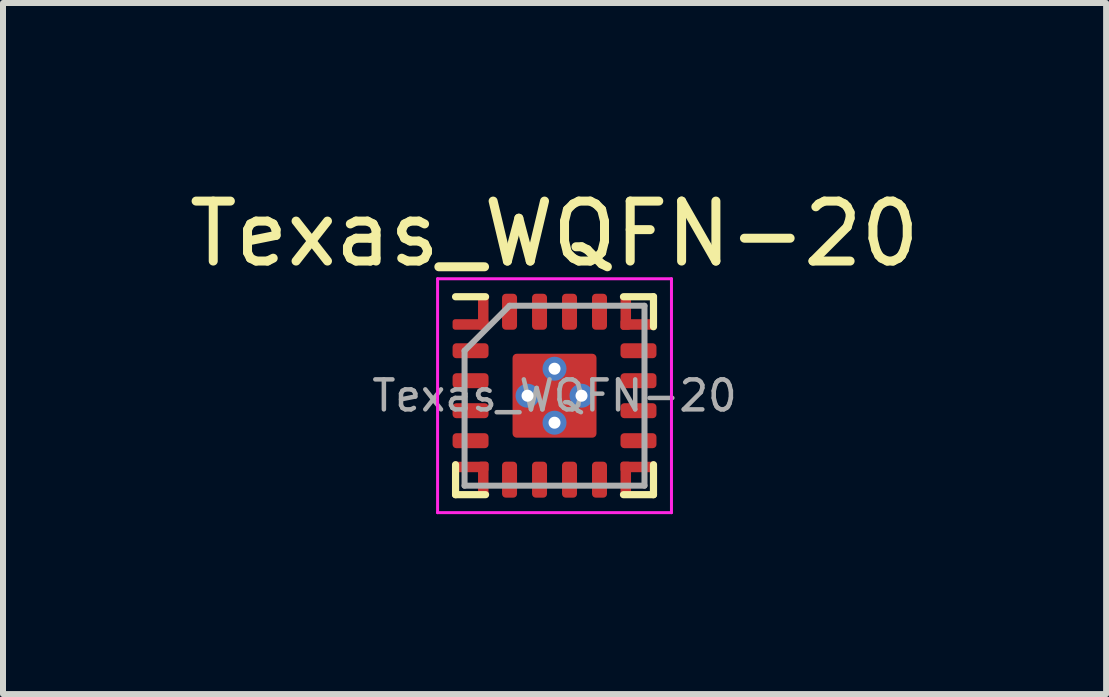
<source format=kicad_pcb>
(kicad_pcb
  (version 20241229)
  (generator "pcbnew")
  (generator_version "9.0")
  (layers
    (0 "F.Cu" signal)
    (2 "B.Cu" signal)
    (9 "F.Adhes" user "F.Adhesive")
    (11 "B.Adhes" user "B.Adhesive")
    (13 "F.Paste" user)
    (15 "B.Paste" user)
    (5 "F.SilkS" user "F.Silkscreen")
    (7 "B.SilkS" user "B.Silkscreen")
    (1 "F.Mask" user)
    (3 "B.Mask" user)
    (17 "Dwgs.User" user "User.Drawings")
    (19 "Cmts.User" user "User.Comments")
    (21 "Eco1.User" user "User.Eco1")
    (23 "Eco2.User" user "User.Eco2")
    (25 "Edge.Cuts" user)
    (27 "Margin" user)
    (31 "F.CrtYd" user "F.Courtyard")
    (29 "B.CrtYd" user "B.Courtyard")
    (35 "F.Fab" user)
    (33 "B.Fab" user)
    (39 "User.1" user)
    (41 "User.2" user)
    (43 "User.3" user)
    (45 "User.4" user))
  (footprint "Texas_WQFN-20"
    (layer "F.Cu")
    (at 6.196 3.548)
    (property "Reference" "Texas_WQFN-20" (at 0 -2.7 0) (layer "F.SilkS") (effects (font (size 1 1) (thickness 0.15))))
    (attr smd)
    (fp_line (start -1.65 1.65) (end -1.65 1.15) (stroke (width 0.12) (type solid)) (layer "F.SilkS"))
    (fp_line (start -1.15 -1.65) (end -1.65 -1.65) (stroke (width 0.12) (type solid)) (layer "F.SilkS"))
    (fp_line (start -1.15 1.65) (end -1.65 1.65) (stroke (width 0.12) (type solid)) (layer "F.SilkS"))
    (fp_line (start 1.15 -1.65) (end 1.65 -1.65) (stroke (width 0.12) (type solid)) (layer "F.SilkS"))
    (fp_line (start 1.15 1.65) (end 1.65 1.65) (stroke (width 0.12) (type solid)) (layer "F.SilkS"))
    (fp_line (start 1.65 -1.65) (end 1.65 -1.15) (stroke (width 0.12) (type solid)) (layer "F.SilkS"))
    (fp_line (start 1.65 1.65) (end 1.65 1.15) (stroke (width 0.12) (type solid)) (layer "F.SilkS"))
    (fp_line (start -1.95 -1.95) (end 1.95 -1.95) (stroke (width 0.05) (type solid)) (layer "F.CrtYd"))
    (fp_line (start -1.95 1.95) (end -1.95 -1.95) (stroke (width 0.05) (type solid)) (layer "F.CrtYd"))
    (fp_line (start 1.95 -1.95) (end 1.95 1.95) (stroke (width 0.05) (type solid)) (layer "F.CrtYd"))
    (fp_line (start 1.95 1.95) (end -1.95 1.95) (stroke (width 0.05) (type solid)) (layer "F.CrtYd"))
    (fp_line (start -1.5 -0.75) (end -1.5 1.5) (stroke (width 0.1) (type solid)) (layer "F.Fab"))
    (fp_line (start -1.5 1.5) (end 1.5 1.5) (stroke (width 0.1) (type solid)) (layer "F.Fab"))
    (fp_line (start -0.75 -1.5) (end -1.5 -0.75) (stroke (width 0.1) (type solid)) (layer "F.Fab"))
    (fp_line (start 1.5 -1.5) (end -0.75 -1.5) (stroke (width 0.1) (type solid)) (layer "F.Fab"))
    (fp_line (start 1.5 1.5) (end 1.5 -1.5) (stroke (width 0.1) (type solid)) (layer "F.Fab"))
    (fp_text user "${REFERENCE}" (at 0 0 0) (layer "F.Fab") (effects (font (size 0.5 0.5) (thickness 0.075))))
    (pad "1" smd roundrect (at -1.4 -0.75 90) (size 0.25 0.6) (layers "F.Cu" "F.Mask" "F.Paste") (roundrect_rratio 0.25))
    (pad "2" smd roundrect (at -1.4 -0.25 90) (size 0.25 0.6) (layers "F.Cu" "F.Mask" "F.Paste") (roundrect_rratio 0.25))
    (pad "3" smd roundrect (at -1.4 0.25 90) (size 0.25 0.6) (layers "F.Cu" "F.Mask" "F.Paste") (roundrect_rratio 0.25))
    (pad "4" smd roundrect (at -1.4 0.75 90) (size 0.25 0.6) (layers "F.Cu" "F.Mask" "F.Paste") (roundrect_rratio 0.25))
    (pad "5" smd roundrect (at -1.4 1.188 90) (size 0.175 0.6) (layers "F.Cu" "F.Mask" "F.Paste") (roundrect_rratio 0.25))
    (pad "5" smd roundrect (at -1.188 1.4) (size 0.175 0.6) (layers "F.Cu" "F.Mask" "F.Paste") (roundrect_rratio 0.25))
    (pad "6" smd roundrect (at -0.75 1.4 180) (size 0.25 0.6) (layers "F.Cu" "F.Mask" "F.Paste") (roundrect_rratio 0.25))
    (pad "7" smd roundrect (at -0.25 1.4 180) (size 0.25 0.6) (layers "F.Cu" "F.Mask" "F.Paste") (roundrect_rratio 0.25))
    (pad "8" smd roundrect (at 0.25 1.4 180) (size 0.25 0.6) (layers "F.Cu" "F.Mask" "F.Paste") (roundrect_rratio 0.25))
    (pad "9" smd roundrect (at 0.75 1.4 180) (size 0.25 0.6) (layers "F.Cu" "F.Mask" "F.Paste") (roundrect_rratio 0.25))
    (pad "10" smd roundrect (at 1.188 1.4 180) (size 0.175 0.6) (layers "F.Cu" "F.Mask" "F.Paste") (roundrect_rratio 0.25))
    (pad "10" smd roundrect (at 1.4 1.188 90) (size 0.175 0.6) (layers "F.Cu" "F.Mask" "F.Paste") (roundrect_rratio 0.25))
    (pad "11" smd roundrect (at 1.4 0.75 90) (size 0.25 0.6) (layers "F.Cu" "F.Mask" "F.Paste") (roundrect_rratio 0.25))
    (pad "12" smd roundrect (at 1.4 0.25 90) (size 0.25 0.6) (layers "F.Cu" "F.Mask" "F.Paste") (roundrect_rratio 0.25))
    (pad "13" smd roundrect (at 1.4 -0.25 90) (size 0.25 0.6) (layers "F.Cu" "F.Mask" "F.Paste") (roundrect_rratio 0.25))
    (pad "14" smd roundrect (at 1.4 -0.75 90) (size 0.25 0.6) (layers "F.Cu" "F.Mask" "F.Paste") (roundrect_rratio 0.25))
    (pad "15" smd roundrect (at 1.188 -1.4 180) (size 0.175 0.6) (layers "F.Cu" "F.Mask" "F.Paste") (roundrect_rratio 0.25))
    (pad "15" smd roundrect (at 1.4 -1.188 270) (size 0.175 0.6) (layers "F.Cu" "F.Mask" "F.Paste") (roundrect_rratio 0.25))
    (pad "16" smd roundrect (at 0.75 -1.4 180) (size 0.25 0.6) (layers "F.Cu" "F.Mask" "F.Paste") (roundrect_rratio 0.25))
    (pad "17" smd roundrect (at 0.25 -1.4 180) (size 0.25 0.6) (layers "F.Cu" "F.Mask" "F.Paste") (roundrect_rratio 0.25))
    (pad "18" smd roundrect (at -0.25 -1.4 180) (size 0.25 0.6) (layers "F.Cu" "F.Mask" "F.Paste") (roundrect_rratio 0.25))
    (pad "19" smd roundrect (at -0.75 -1.4 180) (size 0.25 0.6) (layers "F.Cu" "F.Mask" "F.Paste") (roundrect_rratio 0.25))
    (pad "20" smd roundrect (at -1.4 -1.188 270) (size 0.175 0.6) (layers "F.Cu" "F.Mask" "F.Paste") (roundrect_rratio 0.25))
    (pad "20" smd roundrect (at -1.188 -1.4) (size 0.175 0.6) (layers "F.Cu" "F.Mask" "F.Paste") (roundrect_rratio 0.25))
    (pad "21" thru_hole circle (at -0.45 0 90) (size 0.4 0.4) (drill 0.2) (layers "*.Cu" "*.Mask"))
    (pad "21" thru_hole circle (at 0 -0.45 90) (size 0.4 0.4) (drill 0.2) (layers "*.Cu" "*.Mask"))
    (pad "21" smd roundrect (at 0 0 90) (size 1.4 1.4) (layers "F.Cu" "F.Mask" "F.Paste") (roundrect_rratio 0.05))
    (pad "21" thru_hole circle (at 0 0.45 90) (size 0.4 0.4) (drill 0.2) (layers "*.Cu" "*.Mask"))
    (pad "21" thru_hole circle (at 0.45 0 90) (size 0.4 0.4) (drill 0.2) (layers "*.Cu" "*.Mask")))
  (gr_rect
    (start -3 -3)
    (end 15.393 8.523)
    (stroke (width 0.1) (type default))
    (fill no)
    (layer "Edge.Cuts")))
</source>
